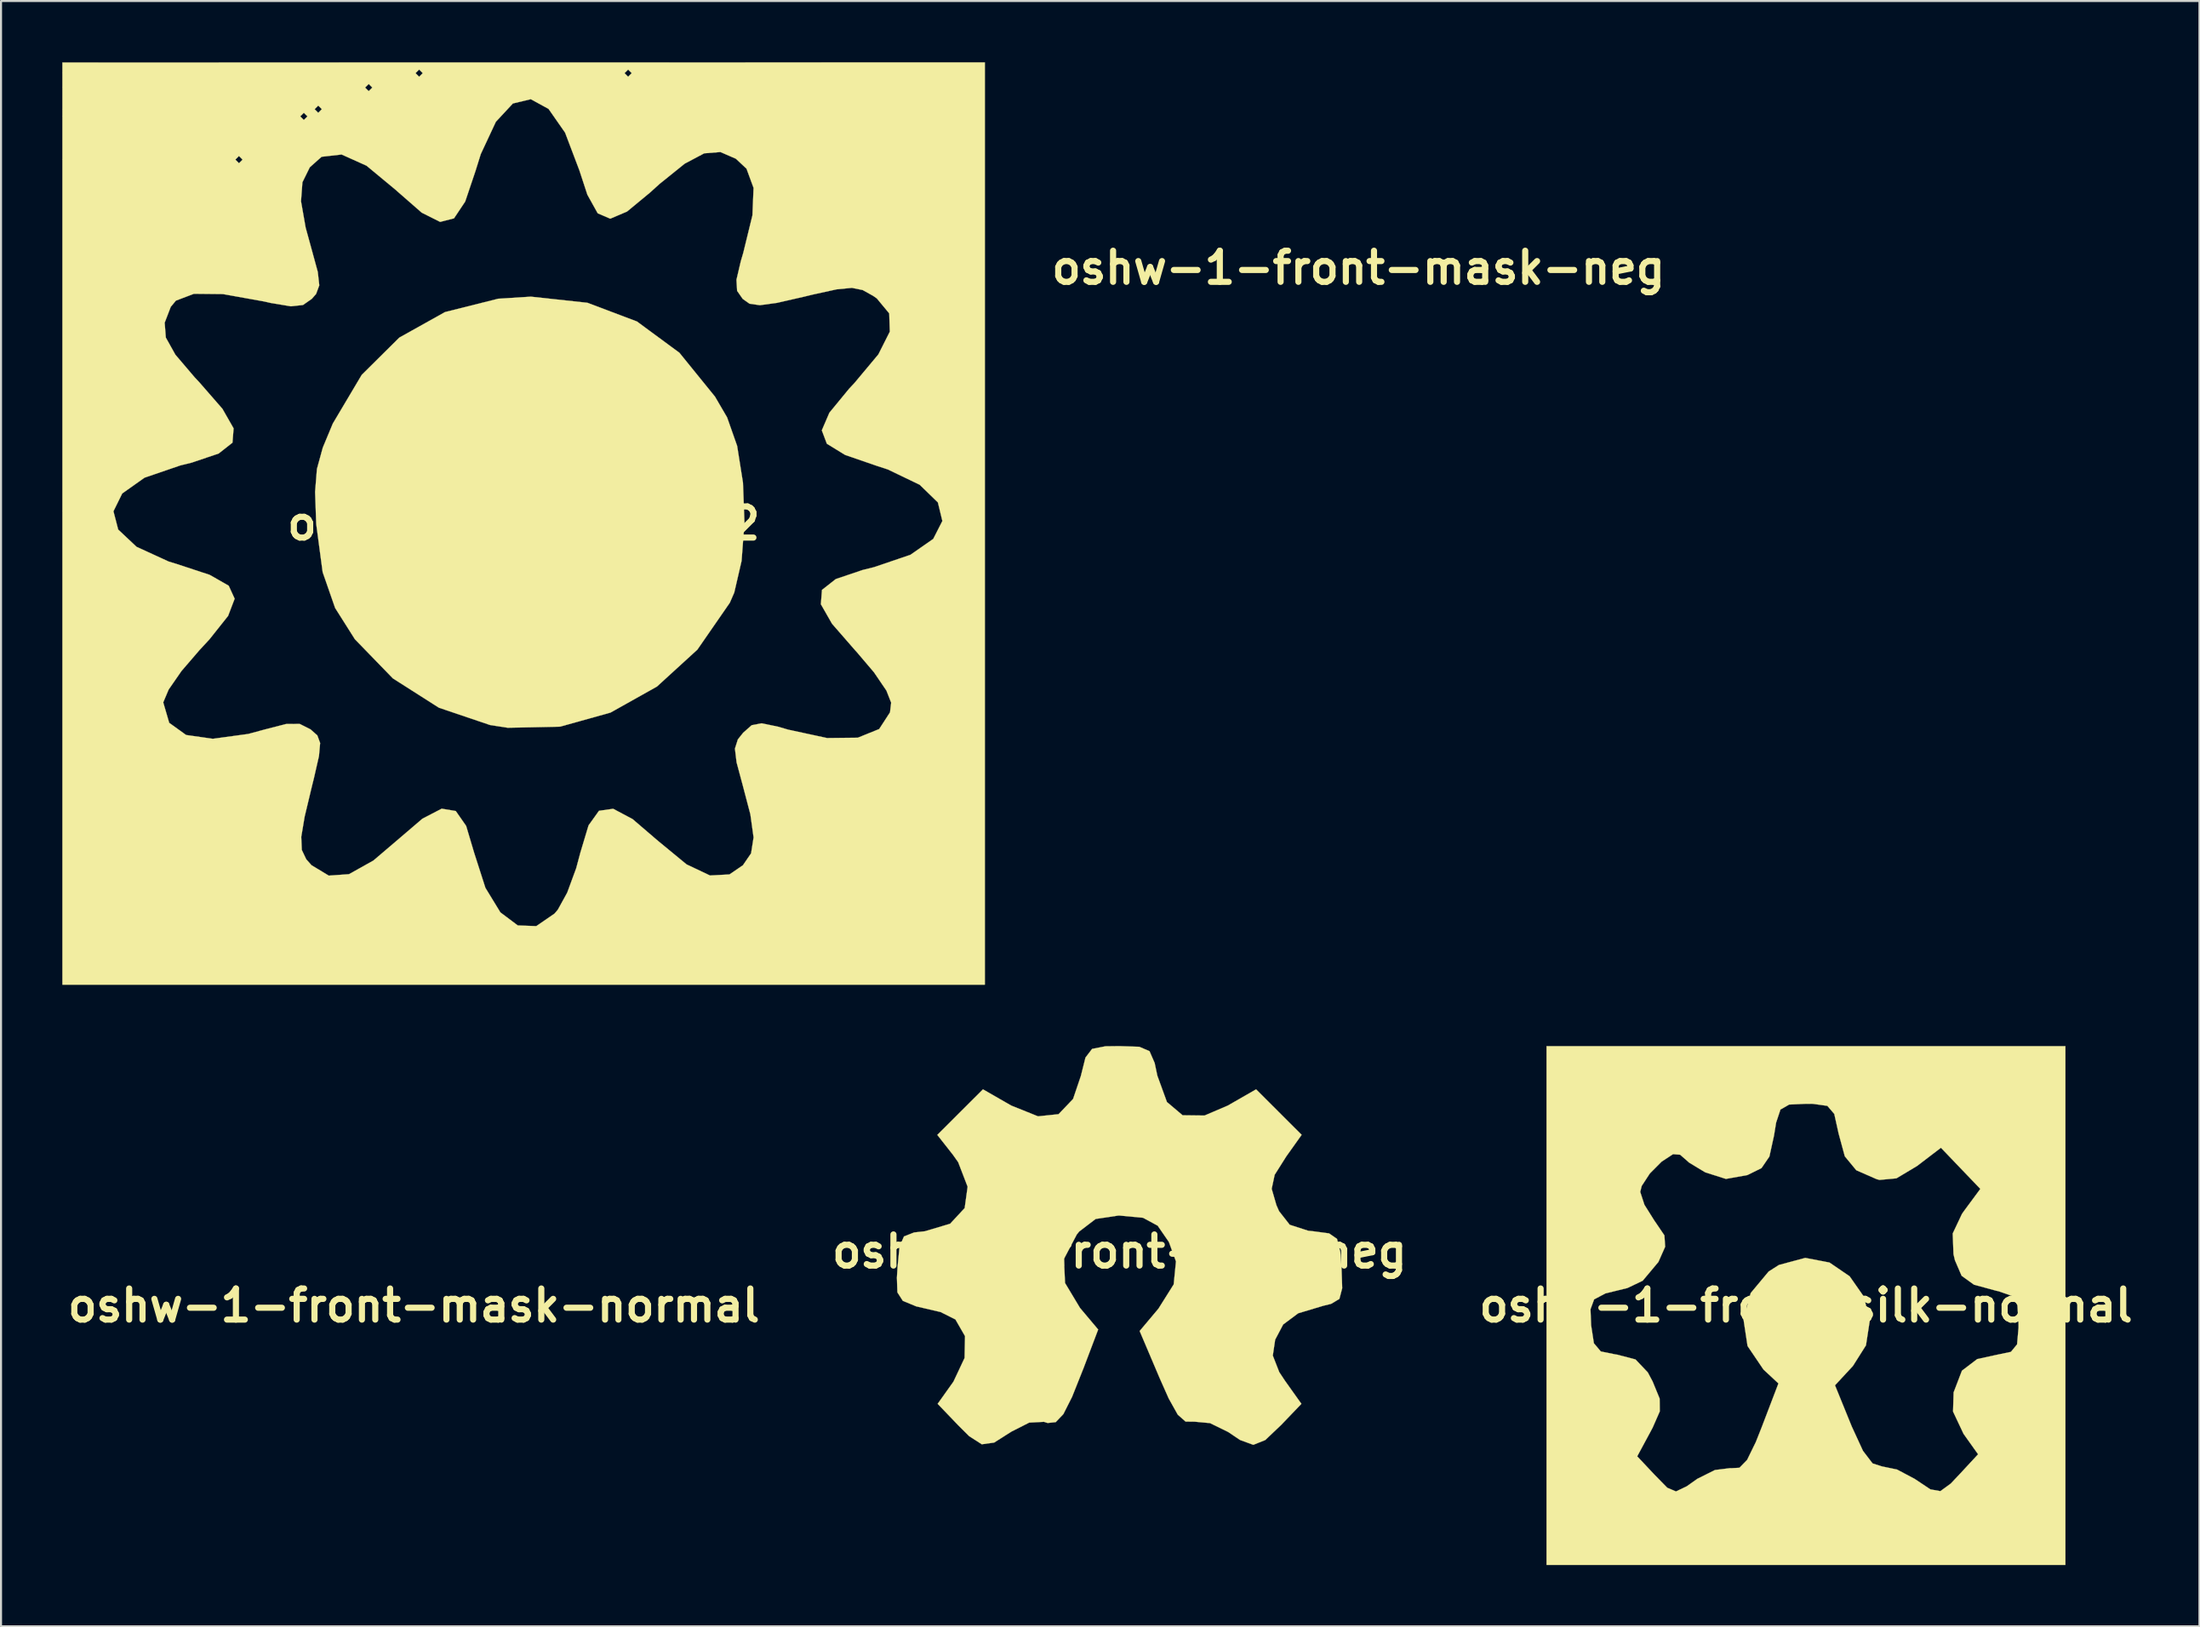
<source format=kicad_pcb>
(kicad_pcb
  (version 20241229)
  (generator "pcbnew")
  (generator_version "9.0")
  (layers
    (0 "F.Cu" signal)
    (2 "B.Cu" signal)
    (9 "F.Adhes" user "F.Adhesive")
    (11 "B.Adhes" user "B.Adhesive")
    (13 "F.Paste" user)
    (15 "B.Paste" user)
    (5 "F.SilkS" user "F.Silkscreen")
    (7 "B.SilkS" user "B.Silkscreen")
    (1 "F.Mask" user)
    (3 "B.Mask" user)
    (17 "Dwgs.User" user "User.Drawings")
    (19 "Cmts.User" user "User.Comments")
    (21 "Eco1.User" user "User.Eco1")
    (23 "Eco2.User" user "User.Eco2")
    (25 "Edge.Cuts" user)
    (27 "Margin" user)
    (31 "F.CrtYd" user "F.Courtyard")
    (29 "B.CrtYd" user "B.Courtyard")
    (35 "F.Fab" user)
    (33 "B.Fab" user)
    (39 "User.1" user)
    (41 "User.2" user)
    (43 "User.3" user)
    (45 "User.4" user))
  (footprint "oshw-1-front-mask-neg"
    (layer "F.Cu")
    (at 63.449 10.059)
    (property "Reference" "oshw-1-front-mask-neg" (at 0 0 0) (layer "F.SilkS") (effects (font (size 1.524 1.524) (thickness 0.3))))
    (attr through_hole)
    (fp_poly (pts (xy 0.968 -10.022) (xy 1.468 -9.807) (xy 1.719 -9.231) (xy 1.851 -8.607) (xy 2.32 -7.318) (xy 3.089 -6.668) (xy 4.159 -6.655) (xy 5.3 -7.143) (xy 6.685 -7.938) (xy 7.8 -6.824) (xy 8.915 -5.711) (xy 8.162 -4.653) (xy 7.595 -3.755) (xy 7.448 -3.068) (xy 7.679 -2.27) (xy 7.809 -1.975) (xy 8.331 -1.308) (xy 9.235 -1.015) (xy 9.485 -0.989) (xy 10.258 -0.886) (xy 10.647 -0.617) (xy 10.807 0.02) (xy 10.867 0.782) (xy 10.9 1.798) (xy 10.763 2.322) (xy 10.355 2.565) (xy 9.985 2.655) (xy 8.746 3.026) (xy 8.011 3.574) (xy 7.619 4.317) (xy 7.503 5.097) (xy 7.819 5.907) (xy 8.102 6.334) (xy 8.903 7.459) (xy 7.913 8.492) (xy 7.134 9.232) (xy 6.549 9.466) (xy 5.898 9.228) (xy 5.317 8.837) (xy 4.431 8.403) (xy 3.654 8.331) (xy 3.65 8.333) (xy 3.233 8.328) (xy 2.851 7.99) (xy 2.408 7.198) (xy 1.967 6.205) (xy 0.985 3.894) (xy 1.903 2.802) (xy 2.652 1.611) (xy 2.763 0.487) (xy 2.417 -0.464) (xy 1.867 -1.263) (xy 1.151 -1.65) (xy 0.013 -1.758) (xy -0.063 -1.758) (xy -1.169 -1.592) (xy -1.972 -0.979) (xy -2.091 -0.834) (xy -2.722 0.366) (xy -2.667 1.544) (xy -1.934 2.765) (xy -1.046 3.821) (xy -1.759 5.703) (xy -2.322 7.116) (xy -2.75 7.964) (xy -3.123 8.355) (xy -3.519 8.397) (xy -3.701 8.34) (xy -4.422 8.378) (xy -5.29 8.818) (xy -6.138 9.356) (xy -6.742 9.44) (xy -7.364 9.04) (xy -7.913 8.492) (xy -8.903 7.459) (xy -8.129 6.371) (xy -7.585 5.214) (xy -7.564 4.144) (xy -8.034 3.328) (xy -8.759 2.965) (xy -9.953 2.687) (xy -10.608 2.417) (xy -10.874 2.002) (xy -10.898 1.286) (xy -10.866 0.764) (xy -10.77 -0.238) (xy -10.552 -0.736) (xy -10.056 -0.931) (xy -9.525 -0.99) (xy -8.292 -1.358) (xy -7.581 -2.125) (xy -7.436 -3.17) (xy -7.899 -4.373) (xy -8.164 -4.746) (xy -8.92 -5.707) (xy -6.685 -7.938) (xy -5.3 -7.143) (xy -3.989 -6.616) (xy -2.984 -6.722) (xy -2.273 -7.469) (xy -1.893 -8.592) (xy -1.667 -9.494) (xy -1.343 -9.918) (xy -0.689 -10.046) (xy -0.01 -10.054) (xy 0.968 -10.022)) (stroke (width 0.01) (type solid)) (fill yes) (layer "F.Mask")))
  (footprint "oshw-1-front-mask-normal"
    (layer "F.Cu")
    (at 17.207 60.868)
    (property "Reference" "oshw-1-front-mask-normal" (at 0 0 0) (layer "F.SilkS") (effects (font (size 1.524 1.524) (thickness 0.3))))
    (attr through_hole)
    (fp_poly (pts (xy 12.7 12.7) (xy -12.7 12.7) (xy -12.7 0.183) (xy -10.548 0.183) (xy -10.517 0.967) (xy -10.382 1.847) (xy -10.043 2.249) (xy -9.298 2.4) (xy -9.243 2.405) (xy -8.344 2.641) (xy -7.744 3.272) (xy -7.507 3.718) (xy -7.163 4.556) (xy -7.157 5.184) (xy -7.504 5.976) (xy -7.597 6.151) (xy -8.261 7.383) (xy -7.42 8.278) (xy -6.791 8.921) (xy -6.364 9.103) (xy -5.839 8.853) (xy -5.317 8.484) (xy -4.455 8.054) (xy -3.699 7.96) (xy -3.675 7.966) (xy -3.257 7.943) (xy -2.881 7.558) (xy -2.455 6.685) (xy -2.173 5.975) (xy -1.348 3.815) (xy -2.081 3.133) (xy -2.86 1.982) (xy -3.059 0.669) (xy -2.705 -0.611) (xy -1.827 -1.664) (xy -1.323 -1.986) (xy -0.033 -2.332) (xy 1.152 -2.104) (xy 2.138 -1.431) (xy 2.827 -0.445) (xy 3.125 0.726) (xy 2.937 1.949) (xy 2.298 2.96) (xy 1.421 3.906) (xy 2.241 5.922) (xy 2.791 7.116) (xy 3.261 7.731) (xy 3.719 7.877) (xy 4.457 8.03) (xy 5.317 8.485) (xy 5.33 8.494) (xy 6.091 9.001) (xy 6.58 9.088) (xy 7.086 8.719) (xy 7.55 8.228) (xy 8.426 7.283) (xy 7.714 6.283) (xy 7.2 5.192) (xy 7.228 4.253) (xy 7.635 3.191) (xy 8.382 2.622) (xy 9.349 2.412) (xy 10.033 2.269) (xy 10.334 1.902) (xy 10.406 1.088) (xy 10.407 0.896) (xy 10.351 -0.021) (xy 10.078 -0.474) (xy 9.427 -0.7) (xy 9.318 -0.723) (xy 8.223 -1.021) (xy 7.619 -1.457) (xy 7.293 -2.215) (xy 7.222 -2.513) (xy 7.184 -3.527) (xy 7.639 -4.49) (xy 7.759 -4.659) (xy 8.536 -5.71) (xy 7.571 -6.717) (xy 6.607 -7.724) (xy 5.437 -6.831) (xy 4.428 -6.227) (xy 3.601 -6.15) (xy 3.456 -6.188) (xy 2.463 -6.624) (xy 1.902 -7.304) (xy 1.589 -8.456) (xy 1.584 -8.487) (xy 1.386 -9.38) (xy 1.047 -9.776) (xy 0.338 -9.875) (xy 0.009 -9.878) (xy -0.823 -9.839) (xy -1.249 -9.595) (xy -1.462 -8.954) (xy -1.565 -8.319) (xy -1.791 -7.293) (xy -2.177 -6.728) (xy -2.871 -6.386) (xy -3.919 -6.199) (xy -4.922 -6.518) (xy -4.948 -6.531) (xy -5.714 -6.993) (xy -6.156 -7.38) (xy -6.158 -7.383) (xy -6.506 -7.411) (xy -7.066 -7.045) (xy -7.643 -6.465) (xy -8.041 -5.855) (xy -8.114 -5.563) (xy -7.908 -4.932) (xy -7.41 -4.139) (xy -7.393 -4.117) (xy -6.929 -3.433) (xy -6.894 -2.877) (xy -7.223 -2.134) (xy -7.993 -1.214) (xy -8.738 -0.858) (xy -9.82 -0.592) (xy -10.371 -0.3) (xy -10.548 0.183) (xy -12.7 0.183) (xy -12.7 -12.7) (xy 12.7 -12.7) (xy 12.7 12.7)) (stroke (width 0.01) (type solid)) (fill yes) (layer "F.Mask")))
  (footprint "oshpark-silk-dpi72"
    (layer "F.Cu")
    (at 22.583 22.58)
    (property "Reference" "oshpark-silk-dpi72" (at 0 0 0) (layer "F.SilkS") (effects (font (size 1.524 1.524) (thickness 0.3))))
    (attr through_hole)
    (fp_poly (pts (xy 3.121 -10.806) (xy 5.545 -9.891) (xy 7.626 -8.359) (xy 9.368 -6.21) (xy 9.961 -5.194) (xy 10.452 -3.798) (xy 10.737 -2) (xy 10.81 -0.043) (xy 10.669 1.832) (xy 10.311 3.382) (xy 10.093 3.881) (xy 8.507 6.174) (xy 6.527 7.983) (xy 4.253 9.258) (xy 1.783 9.947) (xy -0.781 10) (xy -1.643 9.867) (xy -4.148 9.019) (xy -6.401 7.583) (xy -8.259 5.668) (xy -9.228 4.136) (xy -9.838 2.382) (xy -10.15 0.045) (xy -10.155 -0.038) (xy -10.208 -1.548) (xy -10.118 -2.669) (xy -9.832 -3.713) (xy -9.341 -4.893) (xy -7.926 -7.276) (xy -6.086 -9.101) (xy -3.848 -10.351) (xy -1.241 -11.005) (xy 0.353 -11.105) (xy 3.121 -10.806)) (stroke (width 0.01) (type solid)) (fill yes) (layer "F.SilkS"))
    (fp_poly (pts (xy 22.578 22.578) (xy -22.578 22.578) (xy -22.578 -0.598) (xy -20.08 -0.598) (xy -19.847 0.297) (xy -18.948 1.142) (xy -17.381 1.861) (xy -16.959 1.991) (xy -15.366 2.516) (xy -14.437 3.047) (xy -14.146 3.683) (xy -14.467 4.524) (xy -15.376 5.667) (xy -15.875 6.207) (xy -16.747 7.22) (xy -17.377 8.13) (xy -17.638 8.747) (xy -17.639 8.773) (xy -17.35 9.76) (xy -16.523 10.355) (xy -15.213 10.541) (xy -13.478 10.304) (xy -12.685 10.089) (xy -11.627 9.817) (xy -10.963 9.813) (xy -10.437 10.076) (xy -10.434 10.078) (xy -10.099 10.374) (xy -9.962 10.748) (xy -10.019 11.384) (xy -10.266 12.468) (xy -10.36 12.846) (xy -10.72 14.351) (xy -10.886 15.342) (xy -10.859 15.984) (xy -10.641 16.441) (xy -10.382 16.732) (xy -9.538 17.241) (xy -8.549 17.17) (xy -7.355 16.502) (xy -6.222 15.537) (xy -4.954 14.453) (xy -4.011 13.963) (xy -3.322 14.077) (xy -2.814 14.806) (xy -2.423 16.121) (xy -1.871 17.839) (xy -1.138 19.04) (xy -0.287 19.679) (xy 0.618 19.713) (xy 1.513 19.099) (xy 1.675 18.907) (xy 2.133 18.076) (xy 2.573 16.88) (xy 2.776 16.121) (xy 3.178 14.781) (xy 3.689 14.066) (xy 4.384 13.968) (xy 5.334 14.473) (xy 6.575 15.537) (xy 7.977 16.691) (xy 9.123 17.234) (xy 10.076 17.182) (xy 10.735 16.732) (xy 11.135 16.148) (xy 11.257 15.369) (xy 11.1 14.239) (xy 10.727 12.818) (xy 10.425 11.695) (xy 10.344 11.021) (xy 10.487 10.572) (xy 10.746 10.246) (xy 11.164 9.876) (xy 11.652 9.783) (xy 12.455 9.949) (xy 12.951 10.094) (xy 14.854 10.504) (xy 16.358 10.488) (xy 17.405 10.064) (xy 17.936 9.246) (xy 17.992 8.773) (xy 17.76 8.181) (xy 17.15 7.285) (xy 16.29 6.273) (xy 16.228 6.207) (xy 15.098 4.91) (xy 14.551 3.953) (xy 14.605 3.252) (xy 15.281 2.721) (xy 16.598 2.276) (xy 17.159 2.137) (xy 18.937 1.532) (xy 20.051 0.755) (xy 20.499 -0.123) (xy 20.279 -1.031) (xy 19.389 -1.896) (xy 17.827 -2.647) (xy 17.302 -2.818) (xy 15.737 -3.357) (xy 14.844 -3.905) (xy 14.597 -4.561) (xy 14.968 -5.424) (xy 15.93 -6.594) (xy 16.197 -6.88) (xy 17.364 -8.277) (xy 17.926 -9.392) (xy 17.897 -10.286) (xy 17.29 -11.019) (xy 17.113 -11.143) (xy 16.6 -11.429) (xy 16.072 -11.537) (xy 15.325 -11.465) (xy 14.156 -11.209) (xy 13.731 -11.106) (xy 12.396 -10.801) (xy 11.564 -10.688) (xy 11.06 -10.76) (xy 10.725 -10.996) (xy 10.451 -11.39) (xy 10.419 -11.932) (xy 10.632 -12.843) (xy 10.751 -13.246) (xy 11.201 -15.088) (xy 11.256 -16.432) (xy 10.911 -17.37) (xy 10.392 -17.857) (xy 9.634 -18.187) (xy 8.839 -18.123) (xy 7.885 -17.617) (xy 6.65 -16.622) (xy 6.191 -16.206) (xy 5.062 -15.273) (xy 4.241 -14.923) (xy 3.627 -15.187) (xy 3.121 -16.096) (xy 2.731 -17.287) (xy 2.03 -19.136) (xy 1.22 -20.298) (xy 0.351 -20.774) (xy -0.526 -20.564) (xy -1.359 -19.668) (xy -2.098 -18.087) (xy -2.359 -17.252) (xy -2.861 -15.761) (xy -3.409 -14.94) (xy -4.088 -14.766) (xy -4.988 -15.218) (xy -6.197 -16.274) (xy -6.229 -16.306) (xy -7.69 -17.517) (xy -8.91 -18.066) (xy -9.891 -17.954) (xy -10.468 -17.439) (xy -10.829 -16.706) (xy -10.898 -15.777) (xy -10.671 -14.484) (xy -10.379 -13.422) (xy -10.077 -12.316) (xy -10.004 -11.66) (xy -10.159 -11.239) (xy -10.367 -11.001) (xy -10.8 -10.698) (xy -11.394 -10.633) (xy -12.377 -10.797) (xy -12.715 -10.873) (xy -14.717 -11.232) (xy -16.14 -11.246) (xy -17.021 -10.912) (xy -17.274 -10.607) (xy -17.572 -9.831) (xy -17.516 -9.103) (xy -17.048 -8.265) (xy -16.108 -7.161) (xy -15.875 -6.912) (xy -14.745 -5.615) (xy -14.198 -4.658) (xy -14.253 -3.957) (xy -14.929 -3.426) (xy -16.245 -2.981) (xy -16.806 -2.843) (xy -18.558 -2.243) (xy -19.65 -1.47) (xy -20.08 -0.598) (xy -22.578 -0.598) (xy -22.578 -17.815) (xy -14.111 -17.815) (xy -13.935 -17.639) (xy -13.758 -17.815) (xy -13.935 -17.992) (xy -14.111 -17.815) (xy -22.578 -17.815) (xy -22.578 -19.932) (xy -10.936 -19.932) (xy -10.76 -19.756) (xy -10.583 -19.932) (xy -10.76 -20.108) (xy -10.936 -19.932) (xy -22.578 -19.932) (xy -22.578 -20.285) (xy -10.231 -20.285) (xy -10.054 -20.108) (xy -9.878 -20.285) (xy -10.054 -20.461) (xy -10.231 -20.285) (xy -22.578 -20.285) (xy -22.578 -21.343) (xy -7.761 -21.343) (xy -7.585 -21.167) (xy -7.408 -21.343) (xy -7.585 -21.519) (xy -7.761 -21.343) (xy -22.578 -21.343) (xy -22.578 -22.049) (xy -5.292 -22.049) (xy -5.115 -21.872) (xy -4.939 -22.049) (xy 4.939 -22.049) (xy 5.115 -21.872) (xy 5.292 -22.049) (xy 5.115 -22.225) (xy 4.939 -22.049) (xy -4.939 -22.049) (xy -5.115 -22.225) (xy -5.292 -22.049) (xy -22.578 -22.049) (xy -22.578 -22.57) (xy 0 -22.572) (xy 22.578 -22.575) (xy 22.578 22.578)) (stroke (width 0.01) (type solid)) (fill yes) (layer "F.SilkS")))
  (footprint "oshw-1-front-silk-normal"
    (layer "F.Cu")
    (at 85.357 60.868)
    (property "Reference" "oshw-1-front-silk-normal" (at 0 0 0) (layer "F.SilkS") (effects (font (size 1.524 1.524) (thickness 0.3))))
    (attr through_hole)
    (fp_poly (pts (xy 12.7 12.7) (xy -12.7 12.7) (xy -12.7 0.183) (xy -10.548 0.183) (xy -10.517 0.967) (xy -10.382 1.847) (xy -10.043 2.249) (xy -9.298 2.4) (xy -9.243 2.405) (xy -8.344 2.641) (xy -7.744 3.272) (xy -7.507 3.718) (xy -7.163 4.556) (xy -7.157 5.184) (xy -7.504 5.976) (xy -7.597 6.151) (xy -8.261 7.383) (xy -7.42 8.278) (xy -6.791 8.921) (xy -6.364 9.103) (xy -5.839 8.853) (xy -5.317 8.484) (xy -4.455 8.054) (xy -3.699 7.96) (xy -3.675 7.966) (xy -3.257 7.943) (xy -2.881 7.558) (xy -2.455 6.685) (xy -2.173 5.975) (xy -1.348 3.815) (xy -2.081 3.133) (xy -2.86 1.982) (xy -3.059 0.669) (xy -2.705 -0.611) (xy -1.827 -1.664) (xy -1.323 -1.986) (xy -0.033 -2.332) (xy 1.152 -2.104) (xy 2.138 -1.431) (xy 2.827 -0.445) (xy 3.125 0.726) (xy 2.937 1.949) (xy 2.298 2.96) (xy 1.421 3.906) (xy 2.241 5.922) (xy 2.791 7.116) (xy 3.261 7.731) (xy 3.719 7.877) (xy 4.457 8.03) (xy 5.317 8.485) (xy 5.33 8.494) (xy 6.091 9.001) (xy 6.58 9.088) (xy 7.086 8.719) (xy 7.55 8.228) (xy 8.426 7.283) (xy 7.714 6.283) (xy 7.2 5.192) (xy 7.228 4.253) (xy 7.635 3.191) (xy 8.382 2.622) (xy 9.349 2.412) (xy 10.033 2.269) (xy 10.334 1.902) (xy 10.406 1.088) (xy 10.407 0.896) (xy 10.351 -0.021) (xy 10.078 -0.474) (xy 9.427 -0.7) (xy 9.318 -0.723) (xy 8.223 -1.021) (xy 7.619 -1.457) (xy 7.293 -2.215) (xy 7.222 -2.513) (xy 7.184 -3.527) (xy 7.639 -4.49) (xy 7.759 -4.659) (xy 8.536 -5.71) (xy 7.571 -6.717) (xy 6.607 -7.724) (xy 5.437 -6.831) (xy 4.428 -6.227) (xy 3.601 -6.15) (xy 3.456 -6.188) (xy 2.463 -6.624) (xy 1.902 -7.304) (xy 1.589 -8.456) (xy 1.584 -8.487) (xy 1.386 -9.38) (xy 1.047 -9.776) (xy 0.338 -9.875) (xy 0.009 -9.878) (xy -0.823 -9.839) (xy -1.249 -9.595) (xy -1.462 -8.954) (xy -1.565 -8.319) (xy -1.791 -7.293) (xy -2.177 -6.728) (xy -2.871 -6.386) (xy -3.919 -6.199) (xy -4.922 -6.518) (xy -4.948 -6.531) (xy -5.714 -6.993) (xy -6.156 -7.38) (xy -6.158 -7.383) (xy -6.506 -7.411) (xy -7.066 -7.045) (xy -7.643 -6.465) (xy -8.041 -5.855) (xy -8.114 -5.563) (xy -7.908 -4.932) (xy -7.41 -4.139) (xy -7.393 -4.117) (xy -6.929 -3.433) (xy -6.894 -2.877) (xy -7.223 -2.134) (xy -7.993 -1.214) (xy -8.738 -0.858) (xy -9.82 -0.592) (xy -10.371 -0.3) (xy -10.548 0.183) (xy -12.7 0.183) (xy -12.7 -12.7) (xy 12.7 -12.7) (xy 12.7 12.7)) (stroke (width 0.01) (type solid)) (fill yes) (layer "F.SilkS")))
  (footprint "oshw-1-front-silk-neg"
    (layer "F.Cu")
    (at 51.754 58.222)
    (property "Reference" "oshw-1-front-silk-neg" (at 0 0 0) (layer "F.SilkS") (effects (font (size 1.524 1.524) (thickness 0.3))))
    (attr through_hole)
    (fp_poly (pts (xy 0.968 -10.022) (xy 1.468 -9.807) (xy 1.719 -9.231) (xy 1.851 -8.607) (xy 2.32 -7.318) (xy 3.089 -6.668) (xy 4.159 -6.655) (xy 5.3 -7.143) (xy 6.685 -7.938) (xy 7.8 -6.824) (xy 8.915 -5.711) (xy 8.162 -4.653) (xy 7.595 -3.755) (xy 7.448 -3.068) (xy 7.679 -2.27) (xy 7.809 -1.975) (xy 8.331 -1.308) (xy 9.235 -1.015) (xy 9.485 -0.989) (xy 10.258 -0.886) (xy 10.647 -0.617) (xy 10.807 0.02) (xy 10.867 0.782) (xy 10.9 1.798) (xy 10.763 2.322) (xy 10.355 2.565) (xy 9.985 2.655) (xy 8.746 3.026) (xy 8.011 3.574) (xy 7.619 4.317) (xy 7.503 5.097) (xy 7.819 5.907) (xy 8.102 6.334) (xy 8.903 7.459) (xy 7.913 8.492) (xy 7.134 9.232) (xy 6.549 9.466) (xy 5.898 9.228) (xy 5.317 8.837) (xy 4.431 8.403) (xy 3.654 8.331) (xy 3.65 8.333) (xy 3.233 8.328) (xy 2.851 7.99) (xy 2.408 7.198) (xy 1.967 6.205) (xy 0.985 3.894) (xy 1.903 2.802) (xy 2.652 1.611) (xy 2.763 0.487) (xy 2.417 -0.464) (xy 1.867 -1.263) (xy 1.151 -1.65) (xy 0.013 -1.758) (xy -0.063 -1.758) (xy -1.169 -1.592) (xy -1.972 -0.979) (xy -2.091 -0.834) (xy -2.722 0.366) (xy -2.667 1.544) (xy -1.934 2.765) (xy -1.046 3.821) (xy -1.759 5.703) (xy -2.322 7.116) (xy -2.75 7.964) (xy -3.123 8.355) (xy -3.519 8.397) (xy -3.701 8.34) (xy -4.422 8.378) (xy -5.29 8.818) (xy -6.138 9.356) (xy -6.742 9.44) (xy -7.364 9.04) (xy -7.913 8.492) (xy -8.903 7.459) (xy -8.129 6.371) (xy -7.585 5.214) (xy -7.564 4.144) (xy -8.034 3.328) (xy -8.759 2.965) (xy -9.953 2.687) (xy -10.608 2.417) (xy -10.874 2.002) (xy -10.898 1.286) (xy -10.866 0.764) (xy -10.77 -0.238) (xy -10.552 -0.736) (xy -10.056 -0.931) (xy -9.525 -0.99) (xy -8.292 -1.358) (xy -7.581 -2.125) (xy -7.436 -3.17) (xy -7.899 -4.373) (xy -8.164 -4.746) (xy -8.92 -5.707) (xy -6.685 -7.938) (xy -5.3 -7.143) (xy -3.989 -6.616) (xy -2.984 -6.722) (xy -2.273 -7.469) (xy -1.893 -8.592) (xy -1.667 -9.494) (xy -1.343 -9.918) (xy -0.689 -10.046) (xy -0.01 -10.054) (xy 0.968 -10.022)) (stroke (width 0.01) (type solid)) (fill yes) (layer "F.SilkS")))
  (gr_rect
    (start -3 -3)
    (end 104.62 76.573)
    (stroke (width 0.1) (type default))
    (fill no)
    (layer "Edge.Cuts")))
</source>
